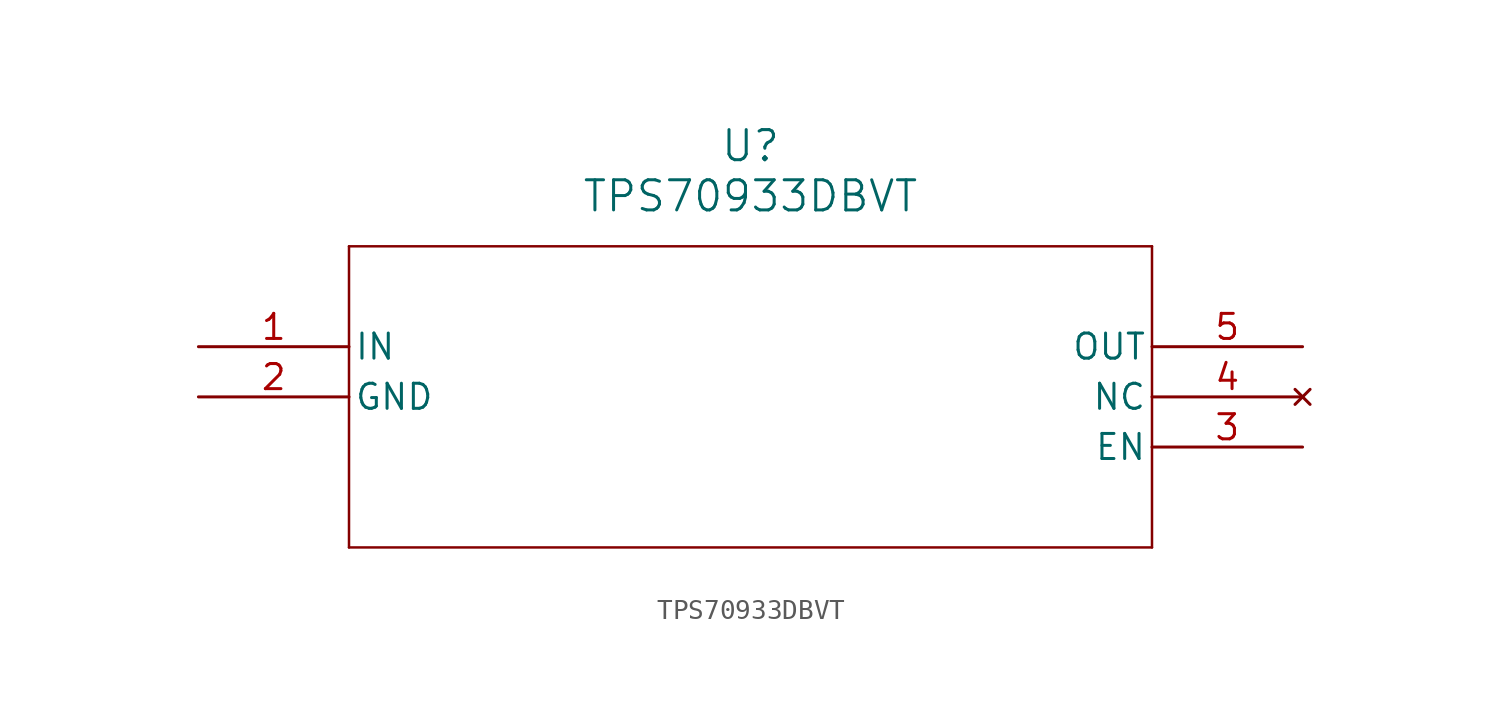
<source format=kicad_sym>
(kicad_symbol_lib
  (version 20211014)
  (generator kicad_symbol_editor)
  (symbol "TPS70933DBVT"
    (pin_names
      (offset 0.254))
    (property "Reference" "U"
      (at 27.94 10.16 0)
      (effects (font (size 1.524 1.524))))
    (property "Value" "TPS70933DBVT"
      (at 27.94 7.62 0)
      (effects (font (size 1.524 1.524))))
    (symbol "TPS70933DBVT_0_1"
      (polyline (pts (xy 7.62 5.08) (xy 7.62 -10.16)) (stroke (width 0.127) (type default) (color 0 0 0 0)) (fill (type none)))
      (polyline (pts (xy 7.62 -10.16) (xy 48.26 -10.16)) (stroke (width 0.127) (type default) (color 0 0 0 0)) (fill (type none)))
      (polyline (pts (xy 48.26 -10.16) (xy 48.26 5.08)) (stroke (width 0.127) (type default) (color 0 0 0 0)) (fill (type none)))
      (polyline (pts (xy 48.26 5.08) (xy 7.62 5.08)) (stroke (width 0.127) (type default) (color 0 0 0 0)) (fill (type none)))
      (pin input line (at 0 0 0) (length 7.62) (name "IN" (effects (font (size 1.27 1.27)))) (number "1" (effects (font (size 1.27 1.27)))))
      (pin power_in line (at 0 -2.54 0) (length 7.62) (name "GND" (effects (font (size 1.27 1.27)))) (number "2" (effects (font (size 1.27 1.27)))))
      (pin unspecified line (at 55.88 -5.08 180) (length 7.62) (name "EN" (effects (font (size 1.27 1.27)))) (number "3" (effects (font (size 1.27 1.27)))))
      (pin no_connect line (at 55.88 -2.54 180) (length 7.62) (name "NC" (effects (font (size 1.27 1.27)))) (number "4" (effects (font (size 1.27 1.27)))))
      (pin output line (at 55.88 0 180) (length 7.62) (name "OUT" (effects (font (size 1.27 1.27)))) (number "5" (effects (font (size 1.27 1.27))))))))
</source>
